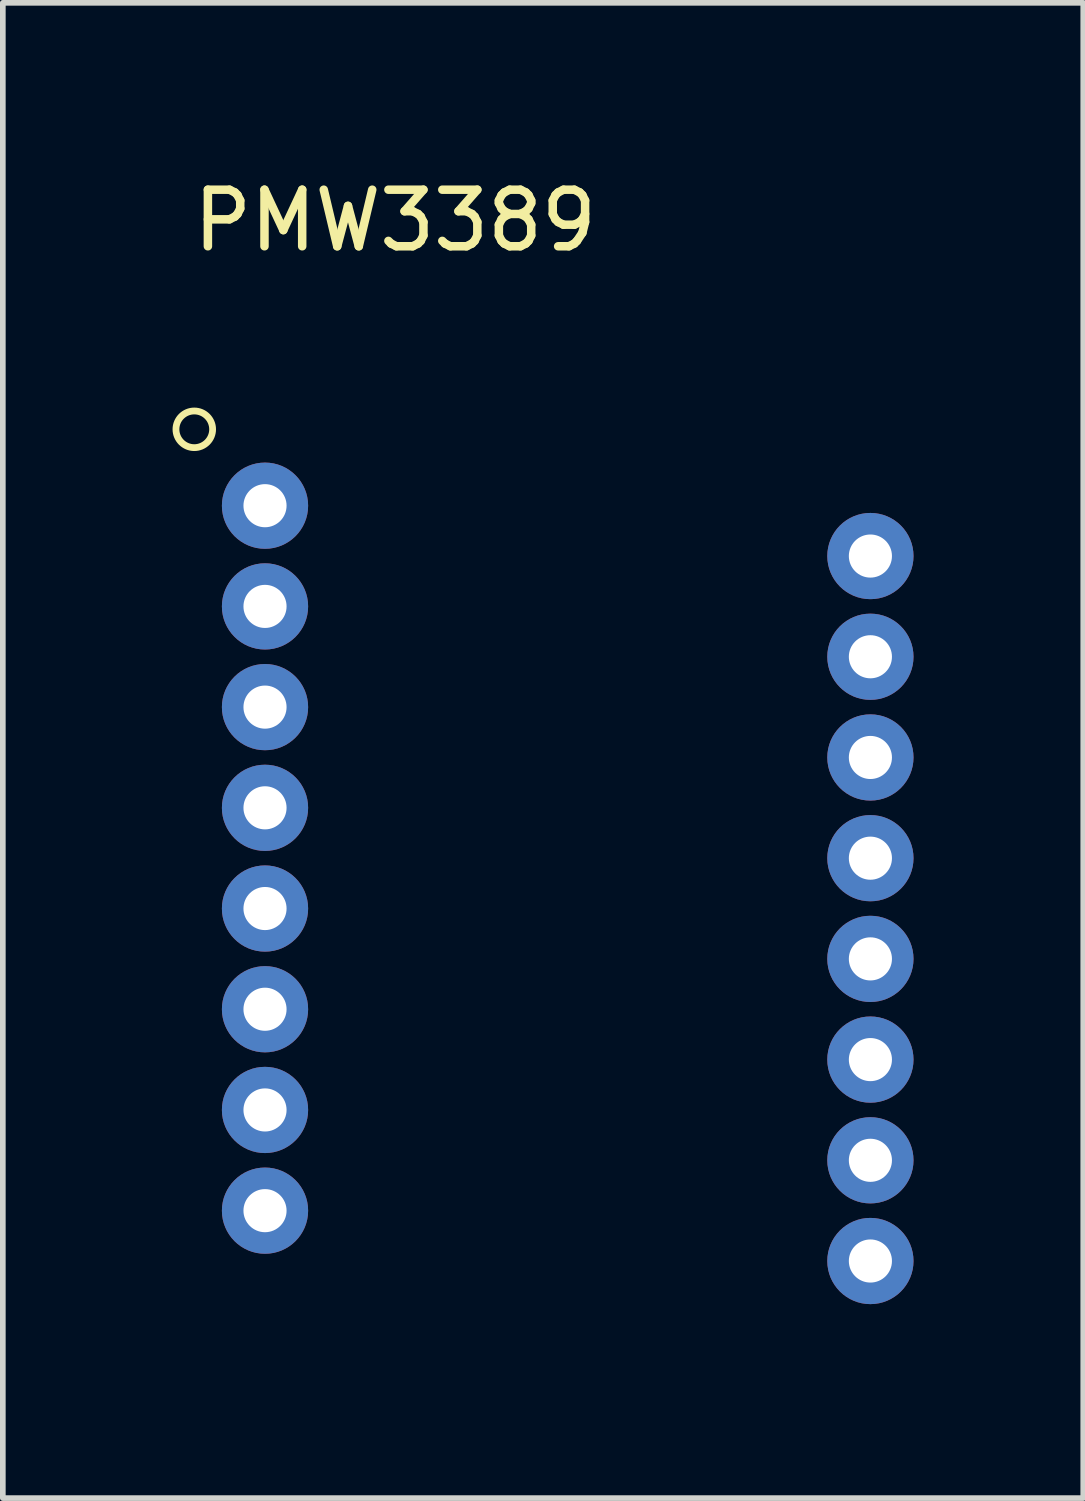
<source format=kicad_pcb>
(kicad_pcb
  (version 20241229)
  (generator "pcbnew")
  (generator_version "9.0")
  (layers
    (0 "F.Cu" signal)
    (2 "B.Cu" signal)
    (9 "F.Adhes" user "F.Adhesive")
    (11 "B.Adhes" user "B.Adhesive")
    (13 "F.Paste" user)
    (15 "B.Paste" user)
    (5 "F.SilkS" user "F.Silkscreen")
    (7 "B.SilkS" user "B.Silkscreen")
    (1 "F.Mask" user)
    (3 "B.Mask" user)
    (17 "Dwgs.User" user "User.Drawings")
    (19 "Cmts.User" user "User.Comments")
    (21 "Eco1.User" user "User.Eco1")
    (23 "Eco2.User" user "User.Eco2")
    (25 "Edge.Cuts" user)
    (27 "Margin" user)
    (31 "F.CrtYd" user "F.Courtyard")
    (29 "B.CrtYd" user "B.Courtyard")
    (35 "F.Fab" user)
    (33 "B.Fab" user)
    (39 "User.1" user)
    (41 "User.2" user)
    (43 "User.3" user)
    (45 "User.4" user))
  (footprint "PMW3389"
    (layer "F.Cu")
    (at 1.634 5.888)
    (property "Reference" "PMW3389" (at 2.3 -5.04 0) (layer "F.SilkS") (effects (font (size 1 1) (thickness 0.15))))
    (attr through_hole)
    (fp_circle (center -1.25 -1.35) (end -1.2 -1.67) (stroke (width 0.12) (type solid)) (fill no) (layer "F.SilkS"))
    (fp_line (start 1.05 -2.78) (end 9.65 -2.78) (stroke (width 0.12) (type solid)) (layer "Eco1.User"))
    (fp_line (start 1.05 14.48) (end 1.05 -2.78) (stroke (width 0.12) (type solid)) (layer "Eco1.User"))
    (fp_line (start 9.65 -2.78) (end 9.65 14.48) (stroke (width 0.12) (type solid)) (layer "Eco1.User"))
    (fp_line (start 9.65 14.48) (end 1.05 14.48) (stroke (width 0.12) (type solid)) (layer "Eco1.User"))
    (pad "1" thru_hole circle (at 0 0) (size 1.524 1.524) (drill 0.762) (layers "*.Cu" "*.Mask"))
    (pad "2" thru_hole circle (at 0 1.78) (size 1.524 1.524) (drill 0.762) (layers "*.Cu" "*.Mask"))
    (pad "3" thru_hole circle (at 0 3.56) (size 1.524 1.524) (drill 0.762) (layers "*.Cu" "*.Mask"))
    (pad "4" thru_hole circle (at 0 5.34) (size 1.524 1.524) (drill 0.762) (layers "*.Cu" "*.Mask"))
    (pad "5" thru_hole circle (at 0 7.12) (size 1.524 1.524) (drill 0.762) (layers "*.Cu" "*.Mask"))
    (pad "6" thru_hole circle (at 0 8.9) (size 1.524 1.524) (drill 0.762) (layers "*.Cu" "*.Mask"))
    (pad "7" thru_hole circle (at 0 10.68) (size 1.524 1.524) (drill 0.762) (layers "*.Cu" "*.Mask"))
    (pad "8" thru_hole circle (at 0 12.46) (size 1.524 1.524) (drill 0.762) (layers "*.Cu" "*.Mask"))
    (pad "9" thru_hole circle (at 10.7 13.35) (size 1.524 1.524) (drill 0.762) (layers "*.Cu" "*.Mask"))
    (pad "10" thru_hole circle (at 10.7 11.57) (size 1.524 1.524) (drill 0.762) (layers "*.Cu" "*.Mask"))
    (pad "11" thru_hole circle (at 10.7 9.79) (size 1.524 1.524) (drill 0.762) (layers "*.Cu" "*.Mask"))
    (pad "12" thru_hole circle (at 10.7 8.01) (size 1.524 1.524) (drill 0.762) (layers "*.Cu" "*.Mask"))
    (pad "13" thru_hole circle (at 10.7 6.23) (size 1.524 1.524) (drill 0.762) (layers "*.Cu" "*.Mask"))
    (pad "14" thru_hole circle (at 10.7 4.45) (size 1.524 1.524) (drill 0.762) (layers "*.Cu" "*.Mask"))
    (pad "15" thru_hole circle (at 10.7 2.67) (size 1.524 1.524) (drill 0.762) (layers "*.Cu" "*.Mask"))
    (pad "16" thru_hole circle (at 10.7 0.89) (size 1.524 1.524) (drill 0.762) (layers "*.Cu" "*.Mask")))
  (gr_rect
    (start -3 -3)
    (end 16.096 23.428)
    (stroke (width 0.1) (type default))
    (fill no)
    (layer "Edge.Cuts")))
</source>
